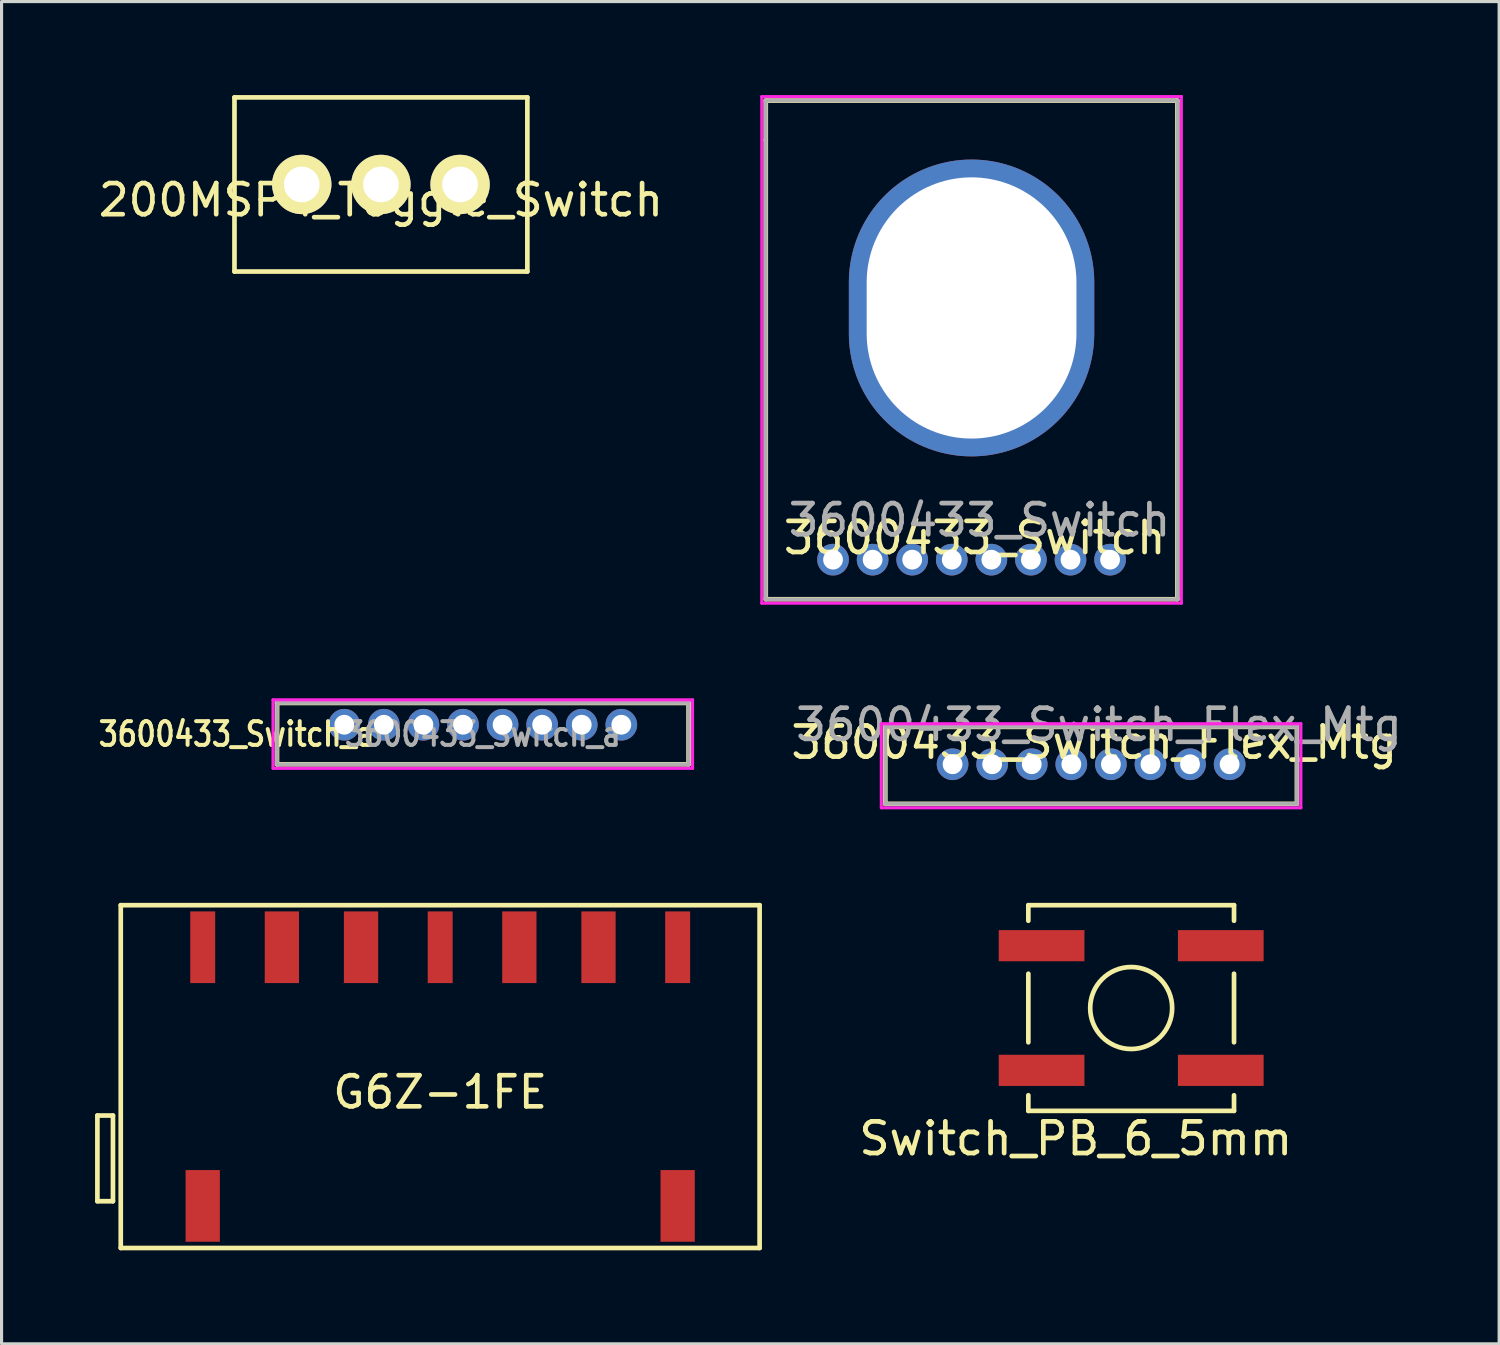
<source format=kicad_pcb>
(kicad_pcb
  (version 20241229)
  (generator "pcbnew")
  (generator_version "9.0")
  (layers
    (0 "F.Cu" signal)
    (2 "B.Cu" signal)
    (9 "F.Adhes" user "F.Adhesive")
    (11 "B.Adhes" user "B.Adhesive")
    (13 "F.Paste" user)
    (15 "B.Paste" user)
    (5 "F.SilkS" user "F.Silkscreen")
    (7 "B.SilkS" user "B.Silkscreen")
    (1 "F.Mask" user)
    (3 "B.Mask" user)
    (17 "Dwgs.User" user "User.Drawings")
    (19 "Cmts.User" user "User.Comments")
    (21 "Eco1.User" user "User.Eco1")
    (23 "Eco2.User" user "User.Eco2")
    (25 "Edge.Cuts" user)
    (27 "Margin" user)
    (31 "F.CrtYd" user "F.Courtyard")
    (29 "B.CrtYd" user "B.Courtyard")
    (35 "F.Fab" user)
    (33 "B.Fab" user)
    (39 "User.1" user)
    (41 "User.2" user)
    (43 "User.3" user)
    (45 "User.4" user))
  (footprint "200MSP4_Toggle_Switch"
    (layer "F.Cu")
    (at 9.173 2.869)
    (property "Reference" "200MSP4_Toggle_Switch" (at 0 0.5 0) (layer "F.SilkS") (effects (font (size 1 1) (thickness 0.15))))
    (attr through_hole)
    (fp_line (start -4.699 -2.794) (end 4.699 -2.794) (stroke (width 0.15) (type solid)) (layer "F.SilkS"))
    (fp_line (start -4.699 2.794) (end -4.699 -2.794) (stroke (width 0.15) (type solid)) (layer "F.SilkS"))
    (fp_line (start 4.699 -2.794) (end 4.699 2.794) (stroke (width 0.15) (type solid)) (layer "F.SilkS"))
    (fp_line (start 4.699 2.794) (end -4.699 2.794) (stroke (width 0.15) (type solid)) (layer "F.SilkS"))
    (pad "1" thru_hole circle (at -2.54 0) (size 1.905 1.905) (drill 1.143) (layers "*.Cu" "*.Mask" "F.SilkS"))
    (pad "2" thru_hole circle (at 0 0) (size 1.905 1.905) (drill 1.143) (layers "*.Cu" "*.Mask" "F.SilkS"))
    (pad "3" thru_hole circle (at 2.54 0) (size 1.905 1.905) (drill 1.143) (layers "*.Cu" "*.Mask" "F.SilkS")))
  (footprint "3600433_Switch_Flex_Mtg"
    (layer "F.Cu")
    (at 31.962 21.474)
    (property "Reference" "3600433_Switch_Flex_Mtg" (at 0.1 -0.7 0) (layer "F.SilkS") (effects (font (size 1 1) (thickness 0.15))))
    (attr through_hole)
    (fp_line (start -6.604 -1.2) (end 6.604 -1.2) (stroke (width 0.15) (type solid)) (layer "F.SilkS"))
    (fp_line (start -6.604 1.27) (end -6.604 -1.2) (stroke (width 0.15) (type solid)) (layer "F.SilkS"))
    (fp_line (start 6.604 -1.2) (end 6.604 1.27) (stroke (width 0.15) (type solid)) (layer "F.SilkS"))
    (fp_line (start 6.604 1.27) (end -6.604 1.27) (stroke (width 0.15) (type solid)) (layer "F.SilkS"))
    (fp_line (start -6.731 -1.3) (end 6.731 -1.3) (stroke (width 0.1) (type solid)) (layer "F.CrtYd"))
    (fp_line (start -6.731 1.397) (end -6.731 -1.3) (stroke (width 0.1) (type solid)) (layer "F.CrtYd"))
    (fp_line (start 6.731 -1.3) (end 6.731 1.397) (stroke (width 0.1) (type solid)) (layer "F.CrtYd"))
    (fp_line (start 6.731 1.397) (end -6.731 1.397) (stroke (width 0.1) (type solid)) (layer "F.CrtYd"))
    (fp_line (start -6.604 -1.2) (end 6.604 -1.2) (stroke (width 0.12) (type solid)) (layer "F.Fab"))
    (fp_line (start -6.604 1.27) (end -6.604 -1.2) (stroke (width 0.12) (type solid)) (layer "F.Fab"))
    (fp_line (start 6.604 -1.2) (end 6.604 1.27) (stroke (width 0.12) (type solid)) (layer "F.Fab"))
    (fp_line (start 6.604 1.27) (end -6.604 1.27) (stroke (width 0.12) (type solid)) (layer "F.Fab"))
    (fp_text user "${REFERENCE}" (at 0.254 -1.27 0) (layer "F.Fab") (effects (font (size 1 1) (thickness 0.15))))
    (pad "1" thru_hole circle (at -4.445 0) (size 1.016 1.016) (drill 0.635) (layers "*.Cu" "*.Mask"))
    (pad "2" thru_hole circle (at -3.175 0) (size 1.016 1.016) (drill 0.635) (layers "*.Cu" "*.Mask"))
    (pad "3" thru_hole circle (at -1.905 0) (size 1.016 1.016) (drill 0.635) (layers "*.Cu" "*.Mask"))
    (pad "4" thru_hole circle (at -0.635 0) (size 1.016 1.016) (drill 0.635) (layers "*.Cu" "*.Mask"))
    (pad "5" thru_hole circle (at 0.635 0) (size 1.016 1.016) (drill 0.635) (layers "*.Cu" "*.Mask"))
    (pad "6" thru_hole circle (at 1.905 0) (size 1.016 1.016) (drill 0.635) (layers "*.Cu" "*.Mask"))
    (pad "7" thru_hole circle (at 3.175 0) (size 1.016 1.016) (drill 0.635) (layers "*.Cu" "*.Mask"))
    (pad "8" thru_hole circle (at 4.445 0) (size 1.016 1.016) (drill 0.635) (layers "*.Cu" "*.Mask")))
  (footprint "3600433_Switch_a"
    (layer "F.Cu")
    (at 12.442 20.206)
    (property "Reference" "3600433_Switch_a" (at -7.9 0.3 0) (layer "F.SilkS") (effects (font (size 0.762 0.635) (thickness 0.127))))
    (attr through_hole)
    (fp_line (start -6.604 -0.7) (end 6.604 -0.7) (stroke (width 0.15) (type solid)) (layer "F.SilkS"))
    (fp_line (start -6.604 1.27) (end -6.6 -0.7) (stroke (width 0.15) (type solid)) (layer "F.SilkS"))
    (fp_line (start 6.604 -0.7) (end 6.604 1.27) (stroke (width 0.15) (type solid)) (layer "F.SilkS"))
    (fp_line (start 6.604 1.27) (end -6.604 1.27) (stroke (width 0.15) (type solid)) (layer "F.SilkS"))
    (fp_line (start -6.731 -0.8) (end 6.731 -0.8) (stroke (width 0.1) (type solid)) (layer "F.CrtYd"))
    (fp_line (start -6.731 1.397) (end -6.731 -0.8) (stroke (width 0.1) (type solid)) (layer "F.CrtYd"))
    (fp_line (start 6.731 -0.8) (end 6.731 1.397) (stroke (width 0.1) (type solid)) (layer "F.CrtYd"))
    (fp_line (start 6.731 1.397) (end -6.731 1.397) (stroke (width 0.1) (type solid)) (layer "F.CrtYd"))
    (fp_line (start -6.604 1.27) (end -6.6 -0.65) (stroke (width 0.12) (type solid)) (layer "F.Fab"))
    (fp_line (start -6.6 -0.7) (end 6.6 -0.7) (stroke (width 0.12) (type solid)) (layer "F.Fab"))
    (fp_line (start 6.604 -0.7) (end 6.604 1.27) (stroke (width 0.12) (type solid)) (layer "F.Fab"))
    (fp_line (start 6.604 1.27) (end -6.604 1.27) (stroke (width 0.12) (type solid)) (layer "F.Fab"))
    (fp_text user "${REFERENCE}" (at 0 0.3 0) (layer "F.Fab") (effects (font (size 0.762 0.635) (thickness 0.127))))
    (pad "1" thru_hole circle (at -4.445 0) (size 1.016 1.016) (drill 0.635) (layers "*.Cu" "*.Mask"))
    (pad "2" thru_hole circle (at -3.175 0) (size 1.016 1.016) (drill 0.635) (layers "*.Cu" "*.Mask"))
    (pad "3" thru_hole circle (at -1.905 0) (size 1.016 1.016) (drill 0.635) (layers "*.Cu" "*.Mask"))
    (pad "4" thru_hole circle (at -0.635 0) (size 1.016 1.016) (drill 0.635) (layers "*.Cu" "*.Mask"))
    (pad "5" thru_hole circle (at 0.635 0) (size 1.016 1.016) (drill 0.635) (layers "*.Cu" "*.Mask"))
    (pad "6" thru_hole circle (at 1.905 0) (size 1.016 1.016) (drill 0.635) (layers "*.Cu" "*.Mask"))
    (pad "7" thru_hole circle (at 3.175 0) (size 1.016 1.016) (drill 0.635) (layers "*.Cu" "*.Mask"))
    (pad "8" thru_hole circle (at 4.445 0) (size 1.016 1.016) (drill 0.635) (layers "*.Cu" "*.Mask")))
  (footprint "G6Z-1FE"
    (layer "F.Cu")
    (at 11.075 31.496)
    (property "Reference" "G6Z-1FE" (at 0 0.5 0) (layer "F.SilkS") (effects (font (size 1 1) (thickness 0.15))))
    (attr through_hole)
    (fp_line (start -11 1.25) (end -10.5 1.25) (stroke (width 0.15) (type solid)) (layer "F.SilkS"))
    (fp_line (start -11 4) (end -11 1.25) (stroke (width 0.15) (type solid)) (layer "F.SilkS"))
    (fp_line (start -10.5 1.25) (end -10.5 4) (stroke (width 0.15) (type solid)) (layer "F.SilkS"))
    (fp_line (start -10.5 4) (end -11 4) (stroke (width 0.15) (type solid)) (layer "F.SilkS"))
    (fp_line (start -10.25 -5.5) (end 10.25 -5.5) (stroke (width 0.15) (type solid)) (layer "F.SilkS"))
    (fp_line (start -10.25 5.5) (end -10.25 -5.5) (stroke (width 0.15) (type solid)) (layer "F.SilkS"))
    (fp_line (start 10.25 -5.5) (end 10.25 5.5) (stroke (width 0.15) (type solid)) (layer "F.SilkS"))
    (fp_line (start 10.25 5.5) (end -10.25 5.5) (stroke (width 0.15) (type solid)) (layer "F.SilkS"))
    (pad "1" smd rect (at -7.62 4.15) (size 1.1 2.3) (layers "F.Cu" "F.Mask" "F.Paste"))
    (pad "7" smd rect (at 7.62 4.15) (size 1.1 2.3) (layers "F.Cu" "F.Mask" "F.Paste"))
    (pad "8" smd rect (at 7.62 -4.15) (size 0.8 2.3) (layers "F.Cu" "F.Mask" "F.Paste"))
    (pad "9" smd rect (at 5.08 -4.15) (size 1.1 2.3) (layers "F.Cu" "F.Mask" "F.Paste"))
    (pad "10" smd rect (at 2.54 -4.15) (size 1.1 2.3) (layers "F.Cu" "F.Mask" "F.Paste"))
    (pad "11" smd rect (at 0 -4.15) (size 0.8 2.3) (layers "F.Cu" "F.Mask" "F.Paste"))
    (pad "12" smd rect (at -2.54 -4.15) (size 1.1 2.3) (layers "F.Cu" "F.Mask" "F.Paste"))
    (pad "13" smd rect (at -5.08 -4.15) (size 1.1 2.3) (layers "F.Cu" "F.Mask" "F.Paste"))
    (pad "14" smd rect (at -7.62 -4.15) (size 0.8 2.3) (layers "F.Cu" "F.Mask" "F.Paste")))
  (footprint "3600433_Switch"
    (layer "F.Cu")
    (at 28.126 14.909)
    (property "Reference" "3600433_Switch" (at 0.1 -0.7 0) (layer "F.SilkS") (effects (font (size 1 1) (thickness 0.15))))
    (attr through_hole)
    (fp_line (start -6.604 -14.732) (end 6.604 -14.732) (stroke (width 0.15) (type solid)) (layer "F.SilkS"))
    (fp_line (start -6.604 -13.462) (end -6.604 -14.732) (stroke (width 0.15) (type solid)) (layer "F.SilkS"))
    (fp_line (start -6.604 1.27) (end -6.604 -13.462) (stroke (width 0.15) (type solid)) (layer "F.SilkS"))
    (fp_line (start 6.604 -14.732) (end 6.604 1.27) (stroke (width 0.15) (type solid)) (layer "F.SilkS"))
    (fp_line (start 6.604 1.27) (end -6.604 1.27) (stroke (width 0.15) (type solid)) (layer "F.SilkS"))
    (fp_line (start -6.731 -14.859) (end 6.731 -14.859) (stroke (width 0.1) (type solid)) (layer "F.CrtYd"))
    (fp_line (start -6.731 1.397) (end -6.731 -14.859) (stroke (width 0.1) (type solid)) (layer "F.CrtYd"))
    (fp_line (start 6.731 -14.859) (end 6.731 1.397) (stroke (width 0.1) (type solid)) (layer "F.CrtYd"))
    (fp_line (start 6.731 1.397) (end -6.731 1.397) (stroke (width 0.1) (type solid)) (layer "F.CrtYd"))
    (fp_line (start -6.604 -14.732) (end 6.604 -14.732) (stroke (width 0.12) (type solid)) (layer "F.Fab"))
    (fp_line (start -6.604 1.27) (end -6.604 -14.732) (stroke (width 0.12) (type solid)) (layer "F.Fab"))
    (fp_line (start 6.604 -14.732) (end 6.604 1.27) (stroke (width 0.12) (type solid)) (layer "F.Fab"))
    (fp_line (start 6.604 1.27) (end -6.604 1.27) (stroke (width 0.12) (type solid)) (layer "F.Fab"))
    (fp_text user "${REFERENCE}" (at 0.254 -1.27 0) (layer "F.Fab") (effects (font (size 1 1) (thickness 0.15))))
    (pad "" np_thru_hole oval (at 0 -8.077) (size 7.874 9.525) (drill oval 6.731 8.382) (layers "*.Cu" "*.Mask"))
    (pad "1" thru_hole circle (at -4.445 0) (size 1.016 1.016) (drill 0.635) (layers "*.Cu" "*.Mask"))
    (pad "2" thru_hole circle (at -3.175 0) (size 1.016 1.016) (drill 0.635) (layers "*.Cu" "*.Mask"))
    (pad "3" thru_hole circle (at -1.905 0) (size 1.016 1.016) (drill 0.635) (layers "*.Cu" "*.Mask"))
    (pad "4" thru_hole circle (at -0.635 0) (size 1.016 1.016) (drill 0.635) (layers "*.Cu" "*.Mask"))
    (pad "5" thru_hole circle (at 0.635 0) (size 1.016 1.016) (drill 0.635) (layers "*.Cu" "*.Mask"))
    (pad "6" thru_hole circle (at 1.905 0) (size 1.016 1.016) (drill 0.635) (layers "*.Cu" "*.Mask"))
    (pad "7" thru_hole circle (at 3.175 0) (size 1.016 1.016) (drill 0.635) (layers "*.Cu" "*.Mask"))
    (pad "8" thru_hole circle (at 4.445 0) (size 1.016 1.016) (drill 0.635) (layers "*.Cu" "*.Mask")))
  (footprint "Switch_PB_6_5mm"
    (layer "F.Cu")
    (at 33.248 29.296)
    (property "Reference" "Switch_PB_6_5mm" (at -1.778 4.191 0) (layer "F.SilkS") (effects (font (size 1.016 1.016) (thickness 0.152))))
    (attr through_hole)
    (fp_line (start -3.3 -3.3) (end 3.3 -3.3) (stroke (width 0.15) (type solid)) (layer "F.SilkS"))
    (fp_line (start -3.3 -2.8) (end -3.3 -3.3) (stroke (width 0.15) (type solid)) (layer "F.SilkS"))
    (fp_line (start -3.3 1.1) (end -3.3 -1.1) (stroke (width 0.15) (type solid)) (layer "F.SilkS"))
    (fp_line (start -3.3 3.3) (end -3.3 2.8) (stroke (width 0.15) (type solid)) (layer "F.SilkS"))
    (fp_line (start 3.3 -3.3) (end 3.3 -2.8) (stroke (width 0.15) (type solid)) (layer "F.SilkS"))
    (fp_line (start 3.3 1.1) (end 3.3 -1.1) (stroke (width 0.15) (type solid)) (layer "F.SilkS"))
    (fp_line (start 3.3 2.8) (end 3.3 3.3) (stroke (width 0.15) (type solid)) (layer "F.SilkS"))
    (fp_line (start 3.3 3.3) (end -3.3 3.3) (stroke (width 0.15) (type solid)) (layer "F.SilkS"))
    (fp_circle (center 0 0) (end 0.2 -1.3) (stroke (width 0.15) (type solid)) (fill no) (layer "F.SilkS"))
    (pad "1" smd rect (at 2.875 2) (size 2.75 1) (layers "F.Cu" "F.Mask" "F.Paste"))
    (pad "2" smd rect (at -2.875 2) (size 2.75 1) (layers "F.Cu" "F.Mask" "F.Paste"))
    (pad "3" smd rect (at 2.875 -2) (size 2.75 1) (layers "F.Cu" "F.Mask" "F.Paste"))
    (pad "4" smd rect (at -2.875 -2) (size 2.75 1) (layers "F.Cu" "F.Mask" "F.Paste")))
  (gr_rect
    (start -3 -3)
    (end 45.055 40.071)
    (stroke (width 0.1) (type default))
    (fill no)
    (layer "Edge.Cuts")))
</source>
